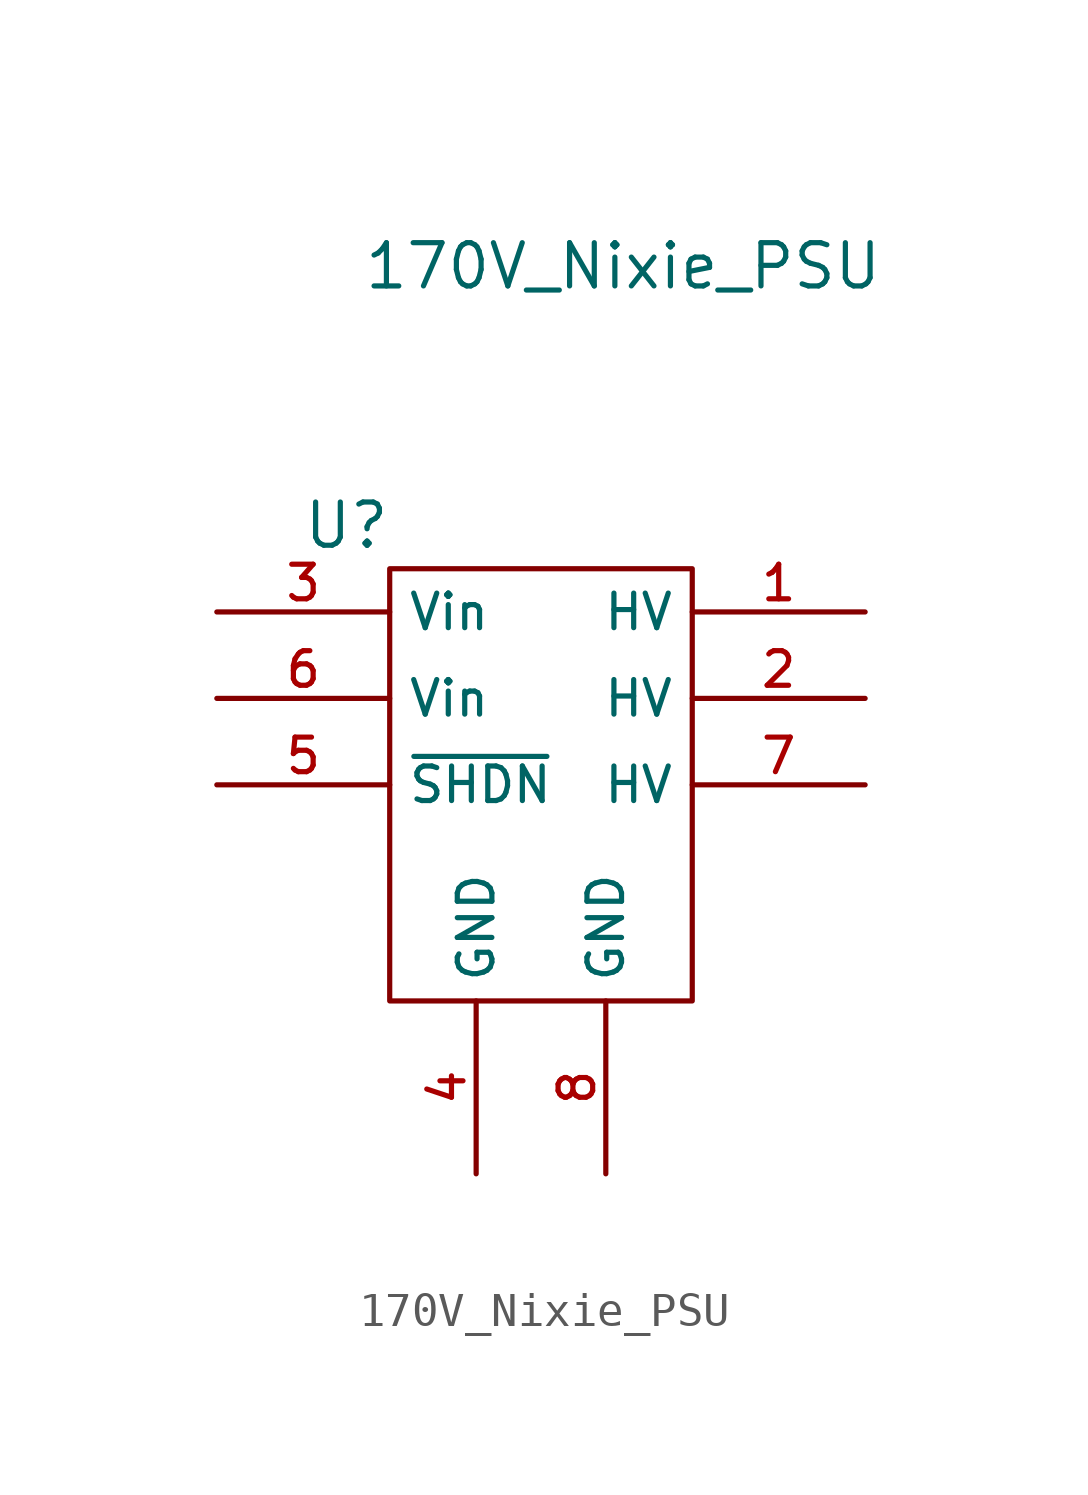
<source format=kicad_sym>
(kicad_symbol_lib
  (version 20231120)
  (generator "kicad_symbol_editor")
  (generator_version "8.0")
  (symbol "170V_Nixie_PSU"
    (property "Reference" "U"
      (at -1.27 1.27 0)
      (effects (font (size 1.27 1.27))))
    (property "Value" "170V_Nixie_PSU"
      (at 6.858 8.89 0)
      (effects (font (size 1.27 1.27))))
    (symbol "170V_Nixie_PSU_0_1"
      (rectangle (start 0 0) (end 8.89 -12.7) (stroke (width 0) (type default)) (fill (type none))))
    (symbol "170V_Nixie_PSU_1_0"
      (pin power_out line (at 13.97 -1.27 180) (length 5.08) (name "HV" (effects (font (size 1.016 1.016)))) (number "1" (effects (font (size 1.016 1.016)))))
      (pin power_out line (at 13.97 -3.81 180) (length 5.08) (name "HV" (effects (font (size 1.016 1.016)))) (number "2" (effects (font (size 1.016 1.016)))))
      (pin power_in line (at -5.08 -1.27 0) (length 5.08) (name "Vin" (effects (font (size 1.016 1.016)))) (number "3" (effects (font (size 1.016 1.016)))))
      (pin power_out line (at 2.54 -17.78 90) (length 5.08) (name "GND" (effects (font (size 1.016 1.016)))) (number "4" (effects (font (size 1.016 1.016)))))
      (pin input line (at -5.08 -6.35 0) (length 5.08) (name "~{SHDN}" (effects (font (size 1.016 1.016)))) (number "5" (effects (font (size 1.016 1.016)))))
      (pin power_in line (at -5.08 -3.81 0) (length 5.08) (name "Vin" (effects (font (size 1.016 1.016)))) (number "6" (effects (font (size 1.016 1.016)))))
      (pin power_out line (at 13.97 -6.35 180) (length 5.08) (name "HV" (effects (font (size 1.016 1.016)))) (number "7" (effects (font (size 1.016 1.016)))))
      (pin power_out line (at 6.35 -17.78 90) (length 5.08) (name "GND" (effects (font (size 1.016 1.016)))) (number "8" (effects (font (size 1.016 1.016)))))
      (pin no_connect line (at 13.97 -8.89 180) (length 5.08) hide (name "NC" (effects (font (size 1.016 1.016)))) (number "9" (effects (font (size 1.016 1.016))))))))
</source>
